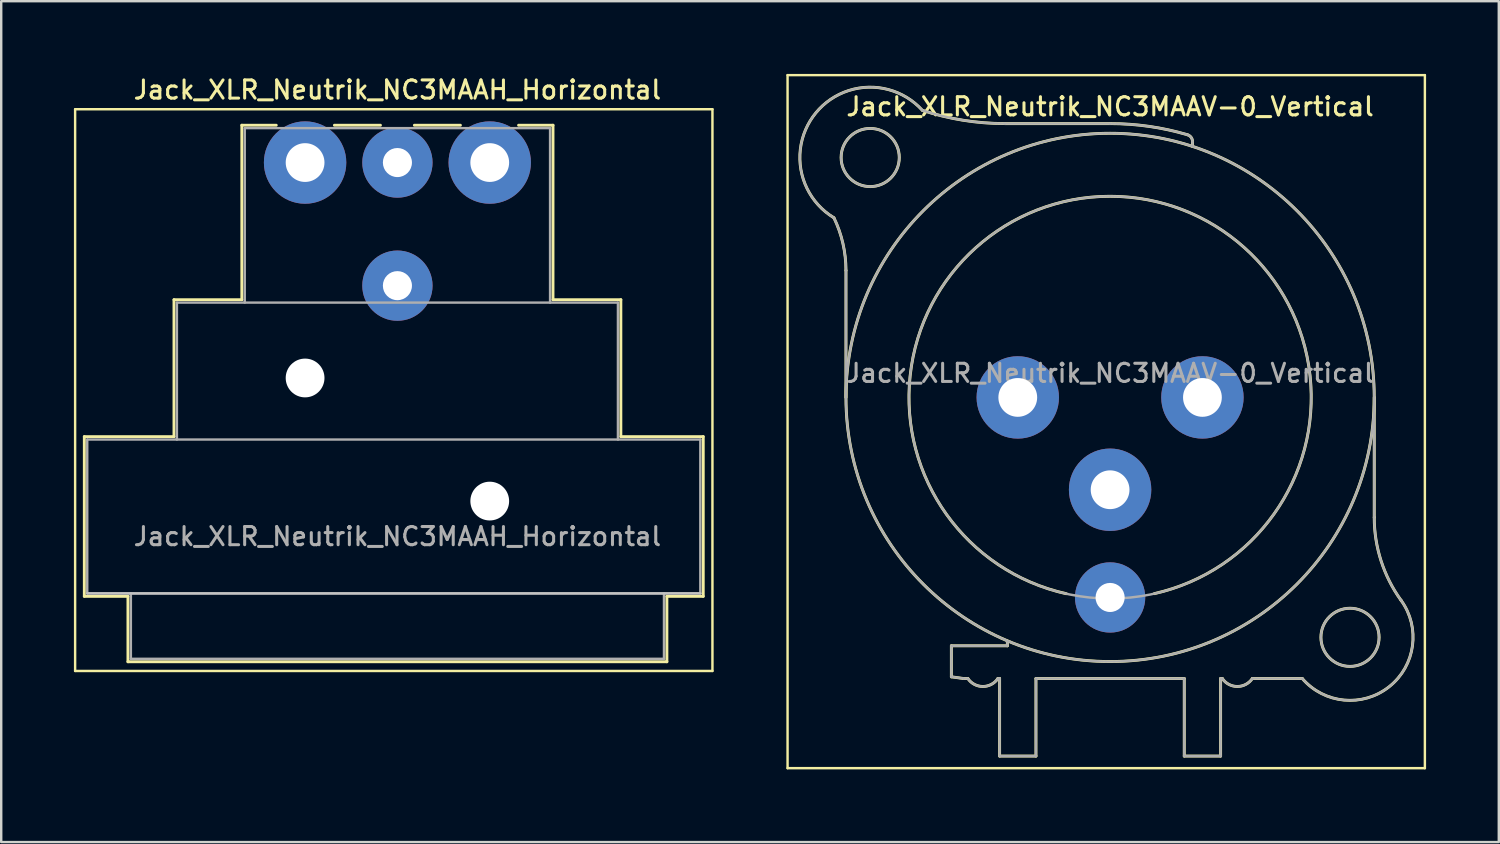
<source format=kicad_pcb>
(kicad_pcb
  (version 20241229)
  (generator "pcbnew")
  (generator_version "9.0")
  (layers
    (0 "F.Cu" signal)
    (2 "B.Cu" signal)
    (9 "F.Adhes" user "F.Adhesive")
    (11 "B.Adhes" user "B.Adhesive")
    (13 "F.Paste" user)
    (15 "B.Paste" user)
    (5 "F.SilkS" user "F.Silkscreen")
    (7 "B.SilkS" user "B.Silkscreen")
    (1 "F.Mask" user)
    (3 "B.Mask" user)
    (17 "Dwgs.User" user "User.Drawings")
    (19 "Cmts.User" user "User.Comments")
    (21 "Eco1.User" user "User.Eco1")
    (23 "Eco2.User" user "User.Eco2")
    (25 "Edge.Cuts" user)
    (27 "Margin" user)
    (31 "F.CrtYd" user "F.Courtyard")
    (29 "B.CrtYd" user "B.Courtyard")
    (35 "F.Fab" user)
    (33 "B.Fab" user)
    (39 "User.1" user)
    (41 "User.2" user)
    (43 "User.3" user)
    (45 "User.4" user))
  (footprint "Jack_XLR_Neutrik_NC3MAAV-0_Vertical"
    (layer "F.Cu")
    (at 38.95 13.35)
    (property "Reference" "Jack_XLR_Neutrik_NC3MAAV-0_Vertical" (at 3.81 -12 0) (layer "F.SilkS") (effects (font (size 0.75 0.75) (thickness 0.125))))
    (attr through_hole)
    (fp_line (start -9.5 -13.3) (end 16.8 -13.3) (stroke (width 0.1) (type solid)) (layer "F.SilkS"))
    (fp_line (start -9.5 15.3) (end -9.5 -13.3) (stroke (width 0.1) (type solid)) (layer "F.SilkS"))
    (fp_line (start -7.09 -5.24) (end -7.09 0) (stroke (width 0.12) (type solid)) (layer "F.SilkS"))
    (fp_line (start -2.74 11.53) (end -2.74 10.25) (stroke (width 0.12) (type solid)) (layer "F.SilkS"))
    (fp_line (start -2.74 11.53) (end -2.24 11.6) (stroke (width 0.12) (type solid)) (layer "F.SilkS"))
    (fp_line (start -2.24 11.6) (end -2.06 11.6) (stroke (width 0.12) (type solid)) (layer "F.SilkS"))
    (fp_line (start -0.75 11.6) (end -0.82 11.6) (stroke (width 0.12) (type solid)) (layer "F.SilkS"))
    (fp_line (start -0.75 11.6) (end -0.75 14.8) (stroke (width 0.12) (type solid)) (layer "F.SilkS"))
    (fp_line (start -0.43 10.25) (end -2.74 10.25) (stroke (width 0.12) (type solid)) (layer "F.SilkS"))
    (fp_line (start -0.43 10.25) (end -0.43 10.05) (stroke (width 0.12) (type solid)) (layer "F.SilkS"))
    (fp_line (start 0.75 11.6) (end 0.75 14.8) (stroke (width 0.12) (type solid)) (layer "F.SilkS"))
    (fp_line (start 0.75 11.6) (end 6.87 11.6) (stroke (width 0.12) (type solid)) (layer "F.SilkS"))
    (fp_line (start 0.75 14.8) (end -0.75 14.8) (stroke (width 0.12) (type solid)) (layer "F.SilkS"))
    (fp_line (start 3.81 -11.3) (end -0.53 -11.3) (stroke (width 0.12) (type solid)) (layer "F.SilkS"))
    (fp_line (start 6.87 11.6) (end 6.87 14.8) (stroke (width 0.12) (type solid)) (layer "F.SilkS"))
    (fp_line (start 7.21 -10.36) (end 7.21 -10.55) (stroke (width 0.12) (type solid)) (layer "F.SilkS"))
    (fp_line (start 8.37 11.6) (end 8.37 14.8) (stroke (width 0.12) (type solid)) (layer "F.SilkS"))
    (fp_line (start 8.37 11.6) (end 8.44 11.6) (stroke (width 0.12) (type solid)) (layer "F.SilkS"))
    (fp_line (start 8.37 14.8) (end 6.87 14.8) (stroke (width 0.12) (type solid)) (layer "F.SilkS"))
    (fp_line (start 9.68 11.6) (end 11.74 11.6) (stroke (width 0.12) (type solid)) (layer "F.SilkS"))
    (fp_line (start 14.71 4.95) (end 14.71 0) (stroke (width 0.12) (type solid)) (layer "F.SilkS"))
    (fp_line (start 16.8 -13.3) (end 16.8 15.3) (stroke (width 0.1) (type solid)) (layer "F.SilkS"))
    (fp_line (start 16.8 15.3) (end -9.5 15.3) (stroke (width 0.1) (type solid)) (layer "F.SilkS"))
    (fp_arc (start -7.588965 -7.414421) (mid -8.331551 -11.74403) (end -3.94 -11.85) (stroke (width 0.12) (type solid)) (layer "F.SilkS"))
    (fp_arc (start -7.584615 -7.408295) (mid -7.215222 -6.351997) (end -7.09 -5.24) (stroke (width 0.12) (type solid)) (layer "F.SilkS"))
    (fp_arc (start -0.820521 11.600769) (mid -1.440464 11.928866) (end -2.06 11.6) (stroke (width 0.12) (type solid)) (layer "F.SilkS"))
    (fp_arc (start -0.53 -11.3) (mid -2.253923 -11.43719) (end -3.934451 -11.845305) (stroke (width 0.12) (type solid)) (layer "F.SilkS"))
    (fp_arc (start 2 8.1) (mid 3.802206 -8.299761) (end 5.635209 8.096586) (stroke (width 0.12) (type solid)) (layer "F.SilkS"))
    (fp_arc (start 3.81 -11.3) (mid 5.421707 -11.184471) (end 7.000458 -10.840248) (stroke (width 0.12) (type solid)) (layer "F.SilkS"))
    (fp_arc (start 7.004232 -10.837678) (mid 7.156013 -10.728814) (end 7.21 -10.55) (stroke (width 0.12) (type solid)) (layer "F.SilkS"))
    (fp_arc (start 9.679479 11.600769) (mid 9.059536 11.928866) (end 8.44 11.6) (stroke (width 0.12) (type solid)) (layer "F.SilkS"))
    (fp_arc (start 15.815277 8.372002) (mid 14.993173 6.748036) (end 14.71 4.95) (stroke (width 0.12) (type solid)) (layer "F.SilkS"))
    (fp_arc (start 15.815343 8.370807) (mid 15.326014 11.93946) (end 11.74 11.6) (stroke (width 0.12) (type solid)) (layer "F.SilkS"))
    (fp_circle (center -6.09 -9.9) (end -4.89 -9.9) (stroke (width 0.12) (type solid)) (fill no) (layer "F.SilkS"))
    (fp_circle (center 3.81 0) (end 14.71 0) (stroke (width 0.12) (type solid)) (fill no) (layer "F.SilkS"))
    (fp_circle (center 13.71 9.9) (end 14.91 9.9) (stroke (width 0.12) (type solid)) (fill no) (layer "F.SilkS"))
    (fp_line (start -7.09 -5.24) (end -7.09 0) (stroke (width 0.1) (type solid)) (layer "F.Fab"))
    (fp_line (start -2.74 11.53) (end -2.74 10.25) (stroke (width 0.1) (type solid)) (layer "F.Fab"))
    (fp_line (start -2.74 11.53) (end -2.24 11.6) (stroke (width 0.1) (type solid)) (layer "F.Fab"))
    (fp_line (start -2.24 11.6) (end -2.06 11.6) (stroke (width 0.1) (type solid)) (layer "F.Fab"))
    (fp_line (start -0.75 11.6) (end -0.82 11.6) (stroke (width 0.1) (type solid)) (layer "F.Fab"))
    (fp_line (start -0.75 11.6) (end -0.75 14.8) (stroke (width 0.1) (type solid)) (layer "F.Fab"))
    (fp_line (start -0.43 10.25) (end -2.74 10.25) (stroke (width 0.1) (type solid)) (layer "F.Fab"))
    (fp_line (start -0.43 10.25) (end -0.43 10.05) (stroke (width 0.1) (type solid)) (layer "F.Fab"))
    (fp_line (start 0.75 11.6) (end 0.75 14.8) (stroke (width 0.1) (type solid)) (layer "F.Fab"))
    (fp_line (start 0.75 11.6) (end 6.87 11.6) (stroke (width 0.1) (type solid)) (layer "F.Fab"))
    (fp_line (start 0.75 14.8) (end -0.75 14.8) (stroke (width 0.1) (type solid)) (layer "F.Fab"))
    (fp_line (start 3.81 -11.3) (end -0.53 -11.3) (stroke (width 0.1) (type solid)) (layer "F.Fab"))
    (fp_line (start 6.87 11.6) (end 6.87 14.8) (stroke (width 0.1) (type solid)) (layer "F.Fab"))
    (fp_line (start 7.21 -10.36) (end 7.21 -10.55) (stroke (width 0.1) (type solid)) (layer "F.Fab"))
    (fp_line (start 8.37 11.6) (end 8.37 14.8) (stroke (width 0.1) (type solid)) (layer "F.Fab"))
    (fp_line (start 8.37 11.6) (end 8.44 11.6) (stroke (width 0.1) (type solid)) (layer "F.Fab"))
    (fp_line (start 8.37 14.8) (end 6.87 14.8) (stroke (width 0.1) (type solid)) (layer "F.Fab"))
    (fp_line (start 9.68 11.6) (end 11.74 11.6) (stroke (width 0.1) (type solid)) (layer "F.Fab"))
    (fp_line (start 14.71 4.95) (end 14.71 0) (stroke (width 0.1) (type solid)) (layer "F.Fab"))
    (fp_arc (start -7.588965 -7.414421) (mid -8.331551 -11.74403) (end -3.94 -11.85) (stroke (width 0.1) (type solid)) (layer "F.Fab"))
    (fp_arc (start -7.584615 -7.408295) (mid -7.215222 -6.351997) (end -7.09 -5.24) (stroke (width 0.1) (type solid)) (layer "F.Fab"))
    (fp_arc (start -0.820521 11.600769) (mid -1.440464 11.928866) (end -2.06 11.6) (stroke (width 0.1) (type solid)) (layer "F.Fab"))
    (fp_arc (start -0.53 -11.3) (mid -2.253923 -11.43719) (end -3.934451 -11.845305) (stroke (width 0.1) (type solid)) (layer "F.Fab"))
    (fp_arc (start 3.81 -11.3) (mid 5.421707 -11.184471) (end 7.000458 -10.840248) (stroke (width 0.1) (type solid)) (layer "F.Fab"))
    (fp_arc (start 7.004232 -10.837678) (mid 7.156013 -10.728814) (end 7.21 -10.55) (stroke (width 0.1) (type solid)) (layer "F.Fab"))
    (fp_arc (start 9.679479 11.600769) (mid 9.059536 11.928866) (end 8.44 11.6) (stroke (width 0.1) (type solid)) (layer "F.Fab"))
    (fp_arc (start 15.815277 8.372002) (mid 14.993173 6.748036) (end 14.71 4.95) (stroke (width 0.1) (type solid)) (layer "F.Fab"))
    (fp_arc (start 15.815343 8.370807) (mid 15.326014 11.93946) (end 11.74 11.6) (stroke (width 0.1) (type solid)) (layer "F.Fab"))
    (fp_circle (center -6.09 -9.9) (end -4.89 -9.9) (stroke (width 0.1) (type solid)) (fill no) (layer "F.Fab"))
    (fp_circle (center 3.81 0) (end 12.11 0) (stroke (width 0.1) (type solid)) (fill no) (layer "F.Fab"))
    (fp_circle (center 3.81 0) (end 14.71 0) (stroke (width 0.1) (type solid)) (fill no) (layer "F.Fab"))
    (fp_circle (center 13.71 9.9) (end 14.91 9.9) (stroke (width 0.1) (type solid)) (fill no) (layer "F.Fab"))
    (fp_text user "${REFERENCE}" (at 3.81 -1 0) (layer "F.Fab") (effects (font (size 0.75 0.75) (thickness 0.125))))
    (pad "1" thru_hole circle (at 0 0) (size 3.4 3.4) (drill 1.6) (layers "*.Cu" "*.Mask"))
    (pad "2" thru_hole circle (at 7.62 0) (size 3.4 3.4) (drill 1.6) (layers "*.Cu" "*.Mask"))
    (pad "3" thru_hole circle (at 3.81 3.81) (size 3.4 3.4) (drill 1.6) (layers "*.Cu" "*.Mask"))
    (pad "G" thru_hole circle (at 3.81 8.255) (size 2.9 2.9) (drill 1.2) (layers "*.Cu" "*.Mask")))
  (footprint "Jack_XLR_Neutrik_NC3MAAH_Horizontal"
    (layer "F.Cu")
    (at 9.54 3.658)
    (property "Reference" "Jack_XLR_Neutrik_NC3MAAH_Horizontal" (at 3.81 -3 0) (layer "F.SilkS") (effects (font (size 0.75 0.75) (thickness 0.125))))
    (attr through_hole)
    (fp_line (start -9.49 20.98) (end -9.49 -2.2) (stroke (width 0.1) (type solid)) (layer "F.SilkS"))
    (fp_line (start -9.11 11.31) (end -5.41 11.31) (stroke (width 0.12) (type solid)) (layer "F.SilkS"))
    (fp_line (start -9.11 17.9) (end -9.11 11.31) (stroke (width 0.12) (type solid)) (layer "F.SilkS"))
    (fp_line (start -7.31 17.9) (end -9.11 17.9) (stroke (width 0.12) (type solid)) (layer "F.SilkS"))
    (fp_line (start -7.31 17.9) (end -7.31 20.6) (stroke (width 0.12) (type solid)) (layer "F.SilkS"))
    (fp_line (start -5.41 11.31) (end -5.41 5.66) (stroke (width 0.12) (type solid)) (layer "F.SilkS"))
    (fp_line (start -2.61 5.66) (end -5.41 5.66) (stroke (width 0.12) (type solid)) (layer "F.SilkS"))
    (fp_line (start -2.61 5.66) (end -2.61 -1.54) (stroke (width 0.12) (type solid)) (layer "F.SilkS"))
    (fp_line (start -1.19 -1.54) (end -2.61 -1.54) (stroke (width 0.12) (type solid)) (layer "F.SilkS"))
    (fp_line (start 3.11 -1.54) (end 1.21 -1.54) (stroke (width 0.12) (type solid)) (layer "F.SilkS"))
    (fp_line (start 4.51 -1.54) (end 6.41 -1.54) (stroke (width 0.12) (type solid)) (layer "F.SilkS"))
    (fp_line (start 10.23 -1.54) (end 8.81 -1.54) (stroke (width 0.12) (type solid)) (layer "F.SilkS"))
    (fp_line (start 10.23 5.66) (end 10.23 -1.54) (stroke (width 0.12) (type solid)) (layer "F.SilkS"))
    (fp_line (start 10.23 5.66) (end 13.03 5.66) (stroke (width 0.12) (type solid)) (layer "F.SilkS"))
    (fp_line (start 13.03 11.31) (end 13.03 5.66) (stroke (width 0.12) (type solid)) (layer "F.SilkS"))
    (fp_line (start 13.03 11.31) (end 16.43 11.31) (stroke (width 0.12) (type solid)) (layer "F.SilkS"))
    (fp_line (start 14.93 17.9) (end 14.93 20.6) (stroke (width 0.12) (type solid)) (layer "F.SilkS"))
    (fp_line (start 14.93 20.6) (end -7.31 20.6) (stroke (width 0.12) (type solid)) (layer "F.SilkS"))
    (fp_line (start 16.43 17.9) (end 14.93 17.9) (stroke (width 0.12) (type solid)) (layer "F.SilkS"))
    (fp_line (start 16.43 17.9) (end 16.43 11.31) (stroke (width 0.12) (type solid)) (layer "F.SilkS"))
    (fp_line (start 16.81 -2.2) (end -9.49 -2.2) (stroke (width 0.1) (type solid)) (layer "F.SilkS"))
    (fp_line (start 16.81 20.98) (end -9.49 20.98) (stroke (width 0.1) (type solid)) (layer "F.SilkS"))
    (fp_line (start 16.81 20.98) (end 16.81 -2.2) (stroke (width 0.1) (type solid)) (layer "F.SilkS"))
    (fp_line (start 16.31 17.78) (end -8.99 17.78) (stroke (width 0.1) (type solid)) (layer "Dwgs.User"))
    (fp_line (start -8.99 11.43) (end 16.31 11.43) (stroke (width 0.1) (type solid)) (layer "F.Fab"))
    (fp_line (start -8.99 17.78) (end -8.99 11.43) (stroke (width 0.1) (type solid)) (layer "F.Fab"))
    (fp_line (start -7.19 20.48) (end -7.19 17.78) (stroke (width 0.1) (type solid)) (layer "F.Fab"))
    (fp_line (start -5.29 5.78) (end -5.29 11.43) (stroke (width 0.1) (type solid)) (layer "F.Fab"))
    (fp_line (start -5.29 5.78) (end 12.91 5.78) (stroke (width 0.1) (type solid)) (layer "F.Fab"))
    (fp_line (start -2.49 5.78) (end -2.49 -1.42) (stroke (width 0.1) (type solid)) (layer "F.Fab"))
    (fp_line (start 10.11 -1.42) (end -2.49 -1.42) (stroke (width 0.1) (type solid)) (layer "F.Fab"))
    (fp_line (start 10.11 5.78) (end 10.11 -1.42) (stroke (width 0.1) (type solid)) (layer "F.Fab"))
    (fp_line (start 12.91 11.43) (end 12.91 5.78) (stroke (width 0.1) (type solid)) (layer "F.Fab"))
    (fp_line (start 14.81 17.78) (end 14.81 20.48) (stroke (width 0.1) (type solid)) (layer "F.Fab"))
    (fp_line (start 14.81 20.48) (end -7.19 20.48) (stroke (width 0.1) (type solid)) (layer "F.Fab"))
    (fp_line (start 16.31 11.43) (end 16.31 17.78) (stroke (width 0.1) (type solid)) (layer "F.Fab"))
    (fp_line (start 16.31 17.78) (end -8.99 17.78) (stroke (width 0.1) (type solid)) (layer "F.Fab"))
    (fp_text user "${REFERENCE}" (at 3.81 15.43 0) (layer "F.Fab") (effects (font (size 0.75 0.75) (thickness 0.125))))
    (pad "" np_thru_hole circle (at 0 8.89) (size 1.6 1.6) (drill 1.6) (layers "*.Cu" "*.Mask"))
    (pad "" np_thru_hole circle (at 7.62 13.97) (size 1.6 1.6) (drill 1.6) (layers "*.Cu" "*.Mask"))
    (pad "1" thru_hole circle (at 0 0) (size 3.4 3.4) (drill 1.6) (layers "*.Cu" "*.Mask"))
    (pad "2" thru_hole circle (at 7.62 0) (size 3.4 3.4) (drill 1.6) (layers "*.Cu" "*.Mask"))
    (pad "3" thru_hole circle (at 3.81 0) (size 2.9 2.9) (drill 1.2) (layers "*.Cu" "*.Mask"))
    (pad "G" thru_hole circle (at 3.81 5.08) (size 2.9 2.9) (drill 1.2) (layers "*.Cu" "*.Mask")))
  (gr_rect
    (start -3 -3)
    (end 58.8 31.7)
    (stroke (width 0.1) (type default))
    (fill no)
    (layer "Edge.Cuts")))
</source>
